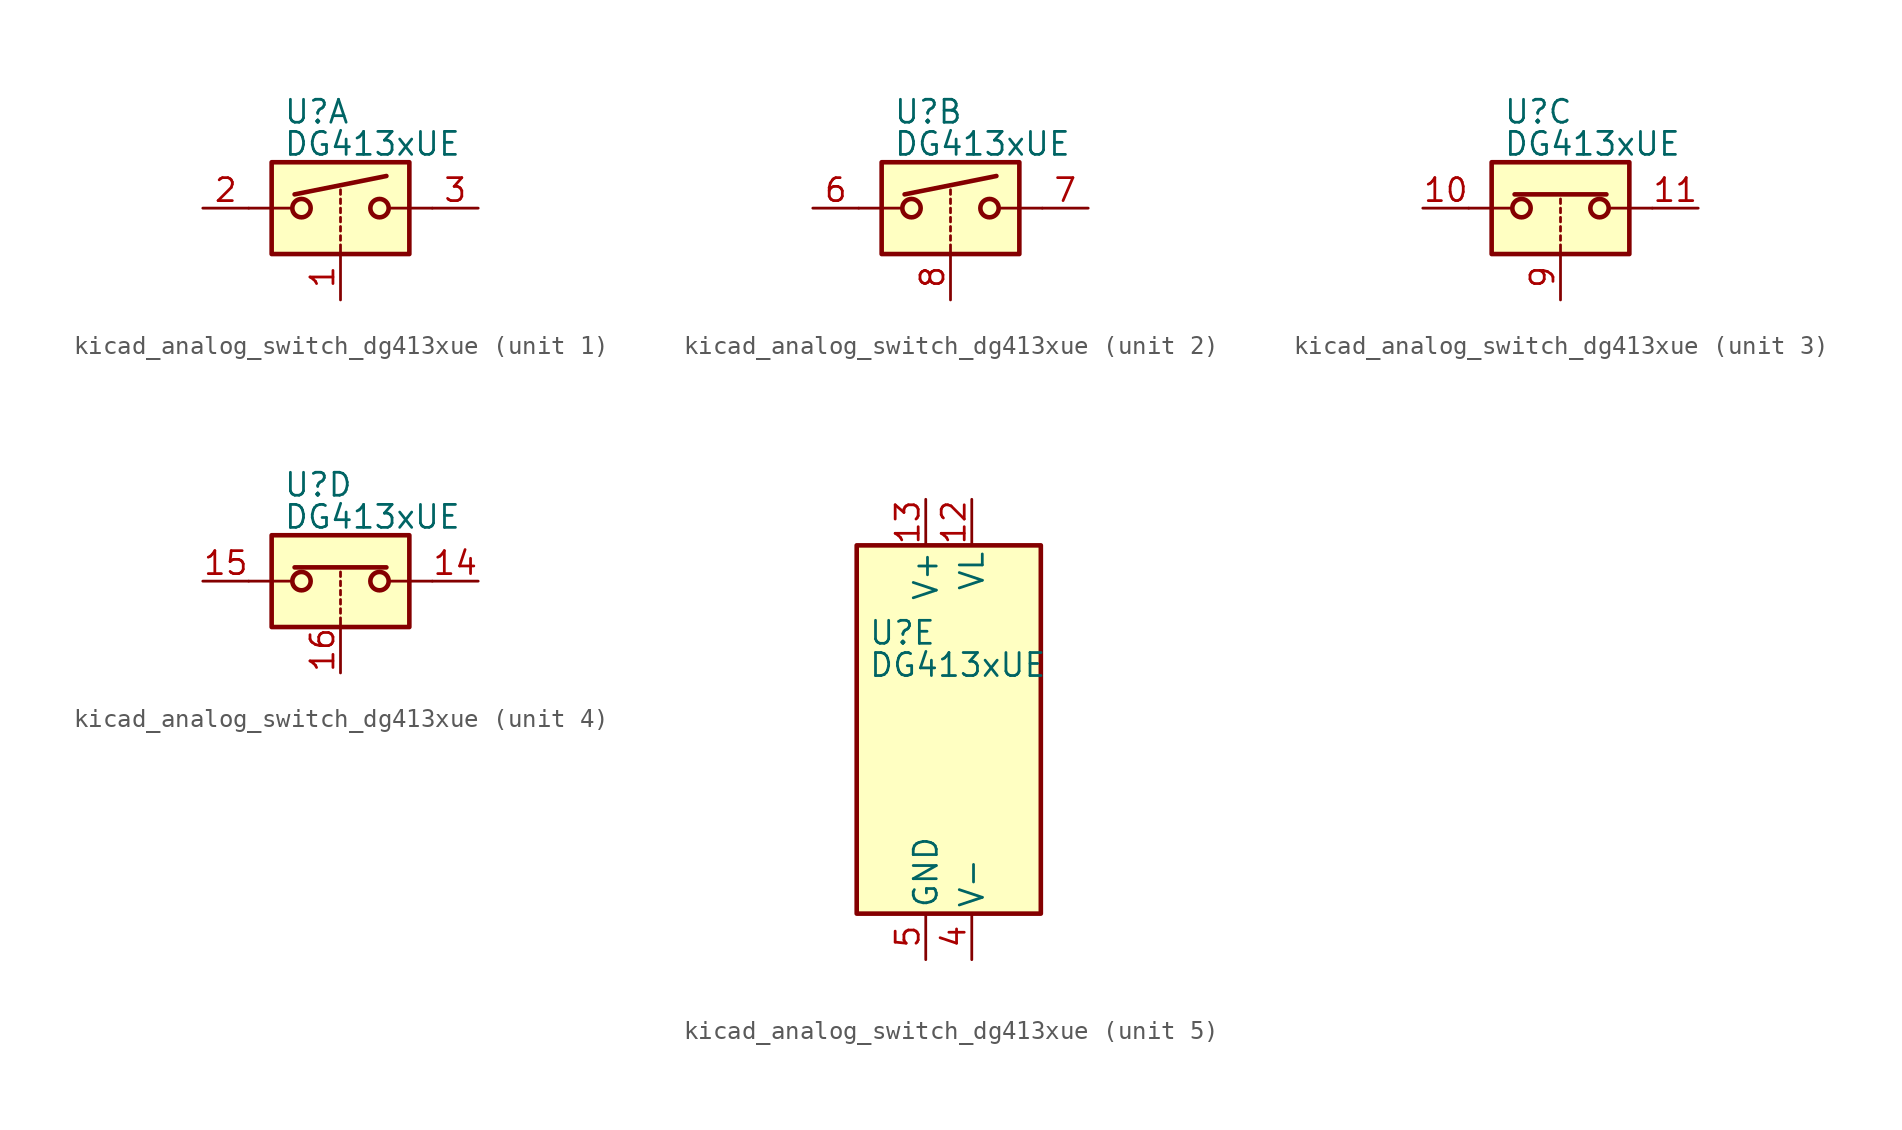
<source format=kicad_sym>
(kicad_symbol_lib
  (version 20220914)
  (generator kicad_symbol_editor)
  (symbol "kicad_analog_switch_dg413xue"
    (pin_names
      (offset 0.254))
    (property "Reference" "U"
      (at -3.175 5.334 0)
      (effects (font (size 1.27 1.27)) (justify left)))
    (property "Value" "DG413xUE"
      (at -3.175 3.556 0)
      (effects (font (size 1.27 1.27)) (justify left)))
    (symbol "kicad_analog_switch_dg413xue_1_1"
      (rectangle (start -3.81 2.54) (end 3.81 -2.54) (stroke (width 0.254) (type default)) (fill (type background)))
      (circle (center -2.159 0) (radius 0.508) (stroke (width 0.254) (type default)) (fill (type none)))
      (polyline (pts (xy -5.08 0) (xy -2.794 0)) (stroke (width 0) (type default)) (fill (type none)))
      (polyline (pts (xy -2.54 0.762) (xy 2.54 1.778)) (stroke (width 0.254) (type default)) (fill (type none)))
      (polyline (pts (xy 0 -2.54) (xy 0 -2.032)) (stroke (width 0) (type default)) (fill (type none)))
      (polyline (pts (xy 0 -1.778) (xy 0 -1.524)) (stroke (width 0) (type default)) (fill (type none)))
      (polyline (pts (xy 0 -1.27) (xy 0 -1.016)) (stroke (width 0) (type default)) (fill (type none)))
      (polyline (pts (xy 0 -0.762) (xy 0 -0.508)) (stroke (width 0) (type default)) (fill (type none)))
      (polyline (pts (xy 0 -0.254) (xy 0 0)) (stroke (width 0) (type default)) (fill (type none)))
      (polyline (pts (xy 0 0.254) (xy 0 0.508)) (stroke (width 0) (type default)) (fill (type none)))
      (polyline (pts (xy 0 0.762) (xy 0 1.016)) (stroke (width 0) (type default)) (fill (type none)))
      (polyline (pts (xy 5.08 0) (xy 2.794 0)) (stroke (width 0) (type default)) (fill (type none)))
      (circle (center 2.159 0) (radius 0.508) (stroke (width 0.254) (type default)) (fill (type none)))
      (pin input line (at 0 -5.08 90) (length 2.54) (name "~" (effects (font (size 1.27 1.27)))) (number "1" (effects (font (size 1.27 1.27)))))
      (pin passive line (at -7.62 0 0) (length 2.54) (name "~" (effects (font (size 1.27 1.27)))) (number "2" (effects (font (size 1.27 1.27)))))
      (pin passive line (at 7.62 0 180) (length 2.54) (name "~" (effects (font (size 1.27 1.27)))) (number "3" (effects (font (size 1.27 1.27))))))
    (symbol "kicad_analog_switch_dg413xue_2_1"
      (rectangle (start -3.81 2.54) (end 3.81 -2.54) (stroke (width 0.254) (type default)) (fill (type background)))
      (circle (center -2.159 0) (radius 0.508) (stroke (width 0.254) (type default)) (fill (type none)))
      (polyline (pts (xy -5.08 0) (xy -2.794 0)) (stroke (width 0) (type default)) (fill (type none)))
      (polyline (pts (xy -2.54 0.762) (xy 2.54 1.778)) (stroke (width 0.254) (type default)) (fill (type none)))
      (polyline (pts (xy 0 -2.54) (xy 0 -2.032)) (stroke (width 0) (type default)) (fill (type none)))
      (polyline (pts (xy 0 -1.778) (xy 0 -1.524)) (stroke (width 0) (type default)) (fill (type none)))
      (polyline (pts (xy 0 -1.27) (xy 0 -1.016)) (stroke (width 0) (type default)) (fill (type none)))
      (polyline (pts (xy 0 -0.762) (xy 0 -0.508)) (stroke (width 0) (type default)) (fill (type none)))
      (polyline (pts (xy 0 -0.254) (xy 0 0)) (stroke (width 0) (type default)) (fill (type none)))
      (polyline (pts (xy 0 0.254) (xy 0 0.508)) (stroke (width 0) (type default)) (fill (type none)))
      (polyline (pts (xy 0 0.762) (xy 0 1.016)) (stroke (width 0) (type default)) (fill (type none)))
      (polyline (pts (xy 5.08 0) (xy 2.794 0)) (stroke (width 0) (type default)) (fill (type none)))
      (circle (center 2.159 0) (radius 0.508) (stroke (width 0.254) (type default)) (fill (type none)))
      (pin passive line (at -7.62 0 0) (length 2.54) (name "~" (effects (font (size 1.27 1.27)))) (number "6" (effects (font (size 1.27 1.27)))))
      (pin passive line (at 7.62 0 180) (length 2.54) (name "~" (effects (font (size 1.27 1.27)))) (number "7" (effects (font (size 1.27 1.27)))))
      (pin input line (at 0 -5.08 90) (length 2.54) (name "~" (effects (font (size 1.27 1.27)))) (number "8" (effects (font (size 1.27 1.27))))))
    (symbol "kicad_analog_switch_dg413xue_3_1"
      (rectangle (start -3.81 2.54) (end 3.81 -2.54) (stroke (width 0.254) (type default)) (fill (type background)))
      (circle (center -2.159 0) (radius 0.508) (stroke (width 0.254) (type default)) (fill (type none)))
      (polyline (pts (xy -5.08 0) (xy -2.794 0)) (stroke (width 0) (type default)) (fill (type none)))
      (polyline (pts (xy -2.54 0.762) (xy 2.54 0.762)) (stroke (width 0.254) (type default)) (fill (type none)))
      (polyline (pts (xy 0 -2.54) (xy 0 -2.032)) (stroke (width 0) (type default)) (fill (type none)))
      (polyline (pts (xy 0 -1.778) (xy 0 -1.524)) (stroke (width 0) (type default)) (fill (type none)))
      (polyline (pts (xy 0 -1.27) (xy 0 -1.016)) (stroke (width 0) (type default)) (fill (type none)))
      (polyline (pts (xy 0 -0.762) (xy 0 -0.508)) (stroke (width 0) (type default)) (fill (type none)))
      (polyline (pts (xy 0 -0.254) (xy 0 0)) (stroke (width 0) (type default)) (fill (type none)))
      (polyline (pts (xy 0 0.254) (xy 0 0.508)) (stroke (width 0) (type default)) (fill (type none)))
      (polyline (pts (xy 5.08 0) (xy 2.794 0)) (stroke (width 0) (type default)) (fill (type none)))
      (circle (center 2.159 0) (radius 0.508) (stroke (width 0.254) (type default)) (fill (type none)))
      (pin passive line (at -7.62 0 0) (length 2.54) (name "~" (effects (font (size 1.27 1.27)))) (number "10" (effects (font (size 1.27 1.27)))))
      (pin passive line (at 7.62 0 180) (length 2.54) (name "~" (effects (font (size 1.27 1.27)))) (number "11" (effects (font (size 1.27 1.27)))))
      (pin input line (at 0 -5.08 90) (length 2.54) (name "~" (effects (font (size 1.27 1.27)))) (number "9" (effects (font (size 1.27 1.27))))))
    (symbol "kicad_analog_switch_dg413xue_4_1"
      (rectangle (start -3.81 2.54) (end 3.81 -2.54) (stroke (width 0.254) (type default)) (fill (type background)))
      (circle (center -2.159 0) (radius 0.508) (stroke (width 0.254) (type default)) (fill (type none)))
      (polyline (pts (xy -5.08 0) (xy -2.794 0)) (stroke (width 0) (type default)) (fill (type none)))
      (polyline (pts (xy -2.54 0.762) (xy 2.54 0.762)) (stroke (width 0.254) (type default)) (fill (type none)))
      (polyline (pts (xy 0 -2.54) (xy 0 -2.032)) (stroke (width 0) (type default)) (fill (type none)))
      (polyline (pts (xy 0 -1.778) (xy 0 -1.524)) (stroke (width 0) (type default)) (fill (type none)))
      (polyline (pts (xy 0 -1.27) (xy 0 -1.016)) (stroke (width 0) (type default)) (fill (type none)))
      (polyline (pts (xy 0 -0.762) (xy 0 -0.508)) (stroke (width 0) (type default)) (fill (type none)))
      (polyline (pts (xy 0 -0.254) (xy 0 0)) (stroke (width 0) (type default)) (fill (type none)))
      (polyline (pts (xy 0 0.254) (xy 0 0.508)) (stroke (width 0) (type default)) (fill (type none)))
      (polyline (pts (xy 5.08 0) (xy 2.794 0)) (stroke (width 0) (type default)) (fill (type none)))
      (circle (center 2.159 0) (radius 0.508) (stroke (width 0.254) (type default)) (fill (type none)))
      (pin passive line (at 7.62 0 180) (length 2.54) (name "~" (effects (font (size 1.27 1.27)))) (number "14" (effects (font (size 1.27 1.27)))))
      (pin passive line (at -7.62 0 0) (length 2.54) (name "~" (effects (font (size 1.27 1.27)))) (number "15" (effects (font (size 1.27 1.27)))))
      (pin input line (at 0 -5.08 90) (length 2.54) (name "~" (effects (font (size 1.27 1.27)))) (number "16" (effects (font (size 1.27 1.27))))))
    (symbol "kicad_analog_switch_dg413xue_5_0"
      (pin power_in line (at 2.54 12.7 270) (length 2.54) (name "VL" (effects (font (size 1.27 1.27)))) (number "12" (effects (font (size 1.27 1.27)))))
      (pin power_in line (at 0 12.7 270) (length 2.54) (name "V+" (effects (font (size 1.27 1.27)))) (number "13" (effects (font (size 1.27 1.27)))))
      (pin power_in line (at 2.54 -12.7 90) (length 2.54) (name "V-" (effects (font (size 1.27 1.27)))) (number "4" (effects (font (size 1.27 1.27)))))
      (pin power_in line (at 0 -12.7 90) (length 2.54) (name "GND" (effects (font (size 1.27 1.27)))) (number "5" (effects (font (size 1.27 1.27))))))
    (symbol "kicad_analog_switch_dg413xue_5_1"
      (rectangle (start -3.81 10.16) (end 6.35 -10.16) (stroke (width 0.254) (type default)) (fill (type background))))))
</source>
